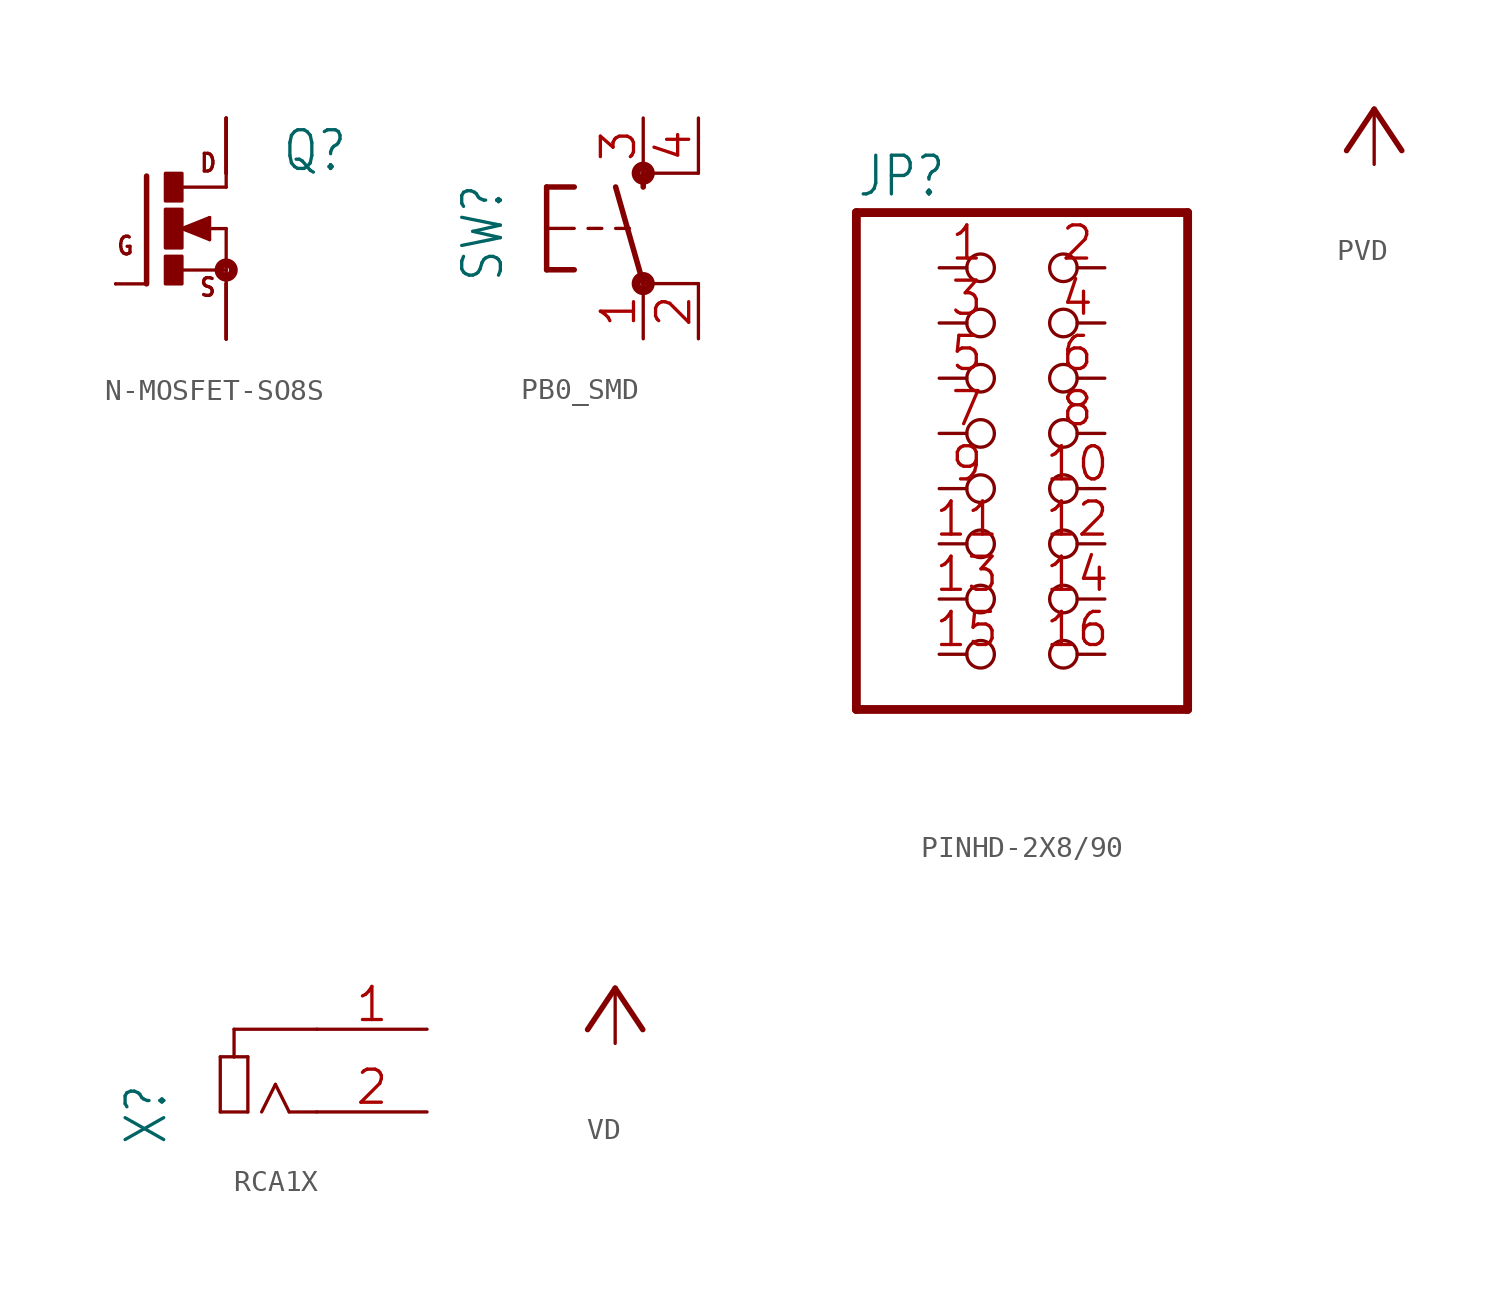
<source format=kicad_sym>
(kicad_symbol_lib
  (version 20241209)
  (generator "kicad_symbol_editor")
  (generator_version "9.0")
  (symbol "N-MOSFET-SO8S"
    (property "Reference" "Q"
      (at 5.08 2.54 0)
      (effects (font (size 1.778 1.511)) (justify left bottom)))
    (property "Value" ""
      (at 5.08 0 0)
      (effects (font (size 1.778 1.511)) (justify left bottom)))
    (property "ki_locked" ""
      (at 0 0 0)
      (effects (font (size 1.27 1.27))))
    (symbol "N-MOSFET-SO8S_1_0"
      (polyline (pts (xy -1.118 2.413) (xy -1.118 -2.54)) (stroke (width 0.254) (type solid)) (fill (type none)))
      (polyline (pts (xy -1.118 -2.54) (xy -2.54 -2.54)) (stroke (width 0.152) (type solid)) (fill (type none)))
      (rectangle (start -0.254 1.27) (end 0.508 2.54) (stroke (width 0) (type default)) (fill (type outline)))
      (rectangle (start -0.254 -0.889) (end 0.508 0.889) (stroke (width 0) (type default)) (fill (type outline)))
      (rectangle (start -0.254 -2.54) (end 0.508 -1.27) (stroke (width 0) (type default)) (fill (type outline)))
      (polyline (pts (xy 0.508 0) (xy 1.778 -0.508)) (stroke (width 0.152) (type solid)) (fill (type none)))
      (polyline (pts (xy 0.508 -1.905) (xy 2.54 -1.905)) (stroke (width 0.152) (type solid)) (fill (type none)))
      (polyline (pts (xy 0.762 0) (xy 1.651 -0.254)) (stroke (width 0.305) (type solid)) (fill (type none)))
      (polyline (pts (xy 1.651 0.254) (xy 0.762 0)) (stroke (width 0.305) (type solid)) (fill (type none)))
      (polyline (pts (xy 1.651 0) (xy 1.397 0)) (stroke (width 0.305) (type solid)) (fill (type none)))
      (polyline (pts (xy 1.651 0) (xy 2.54 0)) (stroke (width 0.152) (type solid)) (fill (type none)))
      (polyline (pts (xy 1.651 -0.254) (xy 1.651 0)) (stroke (width 0.305) (type solid)) (fill (type none)))
      (polyline (pts (xy 1.778 0.508) (xy 0.508 0)) (stroke (width 0.152) (type solid)) (fill (type none)))
      (polyline (pts (xy 1.778 -0.508) (xy 1.778 0.508)) (stroke (width 0.152) (type solid)) (fill (type none)))
      (polyline (pts (xy 2.54 2.54) (xy 2.54 1.905)) (stroke (width 0.152) (type solid)) (fill (type none)))
      (polyline (pts (xy 2.54 1.905) (xy 0.533 1.905)) (stroke (width 0.152) (type solid)) (fill (type none)))
      (polyline (pts (xy 2.54 0) (xy 2.54 -1.905)) (stroke (width 0.152) (type solid)) (fill (type none)))
      (polyline (pts (xy 2.54 -1.905) (xy 2.54 -2.54)) (stroke (width 0.152) (type solid)) (fill (type none)))
      (circle (center 2.54 -1.905) (radius 0.127) (stroke (width 0.406) (type solid)) (fill (type none)))
      (text "G" (at -2.54 -1.27 0) (effects (font (size 0.813 0.691)) (justify left bottom)))
      (text "D" (at 1.27 2.54 0) (effects (font (size 0.813 0.691)) (justify left bottom)))
      (text "S" (at 1.27 -3.175 0) (effects (font (size 0.813 0.691)) (justify left bottom)))
      (pin passive line (at -2.54 -2.54 0) (length 0) (name "G" (effects (font (size 0 0)))) (number "4" (effects (font (size 0 0)))))
      (pin passive line (at 2.54 5.08 270) (length 2.54) (name "D" (effects (font (size 0 0)))) (number "5" (effects (font (size 0 0)))))
      (pin passive line (at 2.54 5.08 270) (length 2.54) (name "D" (effects (font (size 0 0)))) (number "6" (effects (font (size 0 0)))))
      (pin passive line (at 2.54 5.08 270) (length 2.54) (name "D" (effects (font (size 0 0)))) (number "7" (effects (font (size 0 0)))))
      (pin passive line (at 2.54 5.08 270) (length 2.54) (name "D" (effects (font (size 0 0)))) (number "8" (effects (font (size 0 0)))))
      (pin passive line (at 2.54 -5.08 90) (length 2.54) (name "S" (effects (font (size 0 0)))) (number "1" (effects (font (size 0 0)))))
      (pin passive line (at 2.54 -5.08 90) (length 2.54) (name "S" (effects (font (size 0 0)))) (number "2" (effects (font (size 0 0)))))
      (pin passive line (at 2.54 -5.08 90) (length 2.54) (name "S" (effects (font (size 0 0)))) (number "3" (effects (font (size 0 0)))))))
  (symbol "PB0_SMD"
    (property "Reference" "SW"
      (at -6.35 -2.54 90)
      (effects (font (size 1.778 1.511)) (justify left bottom)))
    (property "Value" ""
      (at -3.81 3.175 90)
      (effects (font (size 1.778 1.511)) (justify left bottom)))
    (property "ki_locked" ""
      (at 0 0 0)
      (effects (font (size 1.27 1.27))))
    (symbol "PB0_SMD_1_0"
      (polyline (pts (xy -4.445 1.905) (xy -4.445 0)) (stroke (width 0.254) (type solid)) (fill (type none)))
      (polyline (pts (xy -4.445 1.905) (xy -3.175 1.905)) (stroke (width 0.254) (type solid)) (fill (type none)))
      (polyline (pts (xy -4.445 0) (xy -4.445 -1.905)) (stroke (width 0.254) (type solid)) (fill (type none)))
      (polyline (pts (xy -4.445 0) (xy -3.175 0)) (stroke (width 0.152) (type solid)) (fill (type none)))
      (polyline (pts (xy -4.445 -1.905) (xy -3.175 -1.905)) (stroke (width 0.254) (type solid)) (fill (type none)))
      (polyline (pts (xy -2.54 0) (xy -1.905 0)) (stroke (width 0.152) (type solid)) (fill (type none)))
      (polyline (pts (xy -1.27 0) (xy -0.635 0)) (stroke (width 0.152) (type solid)) (fill (type none)))
      (circle (center 0 2.54) (radius 0.127) (stroke (width 0.406) (type solid)) (fill (type none)))
      (polyline (pts (xy 0 1.905) (xy 0 2.54)) (stroke (width 0.254) (type solid)) (fill (type none)))
      (polyline (pts (xy 0 -2.54) (xy -1.27 1.905)) (stroke (width 0.254) (type solid)) (fill (type none)))
      (circle (center 0 -2.54) (radius 0.127) (stroke (width 0.406) (type solid)) (fill (type none)))
      (polyline (pts (xy 2.54 2.54) (xy 0 2.54)) (stroke (width 0.152) (type solid)) (fill (type none)))
      (polyline (pts (xy 2.54 -2.54) (xy 0 -2.54)) (stroke (width 0.152) (type solid)) (fill (type none)))
      (pin passive line (at 0 5.08 270) (length 2.54) (name "S" (effects (font (size 0 0)))) (number "3" (effects (font (size 1.524 1.524)))))
      (pin passive line (at 0 -5.08 90) (length 2.54) (name "P" (effects (font (size 0 0)))) (number "1" (effects (font (size 1.524 1.524)))))
      (pin passive line (at 2.54 5.08 270) (length 2.54) (name "S1" (effects (font (size 0 0)))) (number "4" (effects (font (size 1.524 1.524)))))
      (pin passive line (at 2.54 -5.08 90) (length 2.54) (name "P1" (effects (font (size 0 0)))) (number "2" (effects (font (size 1.524 1.524)))))))
  (symbol "PINHD-2X8/90"
    (property "Reference" "JP"
      (at -6.35 10.795 0)
      (effects (font (size 1.778 1.511)) (justify left bottom)))
    (property "Value" ""
      (at -6.35 -15.24 0)
      (effects (font (size 1.778 1.511)) (justify left bottom)))
    (property "ki_locked" ""
      (at 0 0 0)
      (effects (font (size 1.27 1.27))))
    (symbol "PINHD-2X8/90_1_0"
      (polyline (pts (xy -6.35 10.16) (xy -6.35 -12.7)) (stroke (width 0.406) (type solid)) (fill (type none)))
      (polyline (pts (xy -6.35 -12.7) (xy 8.89 -12.7)) (stroke (width 0.406) (type solid)) (fill (type none)))
      (polyline (pts (xy 8.89 10.16) (xy -6.35 10.16)) (stroke (width 0.406) (type solid)) (fill (type none)))
      (polyline (pts (xy 8.89 -12.7) (xy 8.89 10.16)) (stroke (width 0.406) (type solid)) (fill (type none)))
      (pin passive inverted (at -2.54 7.62 0) (length 2.54) (name "1" (effects (font (size 0 0)))) (number "1" (effects (font (size 1.524 1.524)))))
      (pin passive inverted (at -2.54 5.08 0) (length 2.54) (name "3" (effects (font (size 0 0)))) (number "3" (effects (font (size 1.524 1.524)))))
      (pin passive inverted (at -2.54 2.54 0) (length 2.54) (name "5" (effects (font (size 0 0)))) (number "5" (effects (font (size 1.524 1.524)))))
      (pin passive inverted (at -2.54 0 0) (length 2.54) (name "7" (effects (font (size 0 0)))) (number "7" (effects (font (size 1.524 1.524)))))
      (pin passive inverted (at -2.54 -2.54 0) (length 2.54) (name "9" (effects (font (size 0 0)))) (number "9" (effects (font (size 1.524 1.524)))))
      (pin passive inverted (at -2.54 -5.08 0) (length 2.54) (name "11" (effects (font (size 0 0)))) (number "11" (effects (font (size 1.524 1.524)))))
      (pin passive inverted (at -2.54 -7.62 0) (length 2.54) (name "13" (effects (font (size 0 0)))) (number "13" (effects (font (size 1.524 1.524)))))
      (pin passive inverted (at -2.54 -10.16 0) (length 2.54) (name "15" (effects (font (size 0 0)))) (number "15" (effects (font (size 1.524 1.524)))))
      (pin passive inverted (at 5.08 7.62 180) (length 2.54) (name "2" (effects (font (size 0 0)))) (number "2" (effects (font (size 1.524 1.524)))))
      (pin passive inverted (at 5.08 5.08 180) (length 2.54) (name "4" (effects (font (size 0 0)))) (number "4" (effects (font (size 1.524 1.524)))))
      (pin passive inverted (at 5.08 2.54 180) (length 2.54) (name "6" (effects (font (size 0 0)))) (number "6" (effects (font (size 1.524 1.524)))))
      (pin passive inverted (at 5.08 0 180) (length 2.54) (name "8" (effects (font (size 0 0)))) (number "8" (effects (font (size 1.524 1.524)))))
      (pin passive inverted (at 5.08 -2.54 180) (length 2.54) (name "10" (effects (font (size 0 0)))) (number "10" (effects (font (size 1.524 1.524)))))
      (pin passive inverted (at 5.08 -5.08 180) (length 2.54) (name "12" (effects (font (size 0 0)))) (number "12" (effects (font (size 1.524 1.524)))))
      (pin passive inverted (at 5.08 -7.62 180) (length 2.54) (name "14" (effects (font (size 0 0)))) (number "14" (effects (font (size 1.524 1.524)))))
      (pin passive inverted (at 5.08 -10.16 180) (length 2.54) (name "16" (effects (font (size 0 0)))) (number "16" (effects (font (size 1.524 1.524)))))))
  (symbol "PVD"
    (power)
    (property "Reference" "#PVD"
      (at 0 0 0)
      (effects (font (size 1.27 1.27)) (hide yes)))
    (property "Value" ""
      (at -1.905 -2.54 90)
      (effects (font (size 1.778 1.511)) (justify left bottom)))
    (property "ki_locked" ""
      (at 0 0 0)
      (effects (font (size 1.27 1.27))))
    (symbol "PVD_1_0"
      (polyline (pts (xy 0 2.54) (xy -1.27 0.635)) (stroke (width 0.254) (type solid)) (fill (type none)))
      (polyline (pts (xy 0 2.54) (xy 1.27 0.635)) (stroke (width 0.254) (type solid)) (fill (type none)))
      (pin power_in line (at 0 0 90) (length 2.54) (name "+3V3" (effects (font (size 0 0)))) (number "1" (effects (font (size 0 0)))))))
  (symbol "RCA1X"
    (property "Reference" "X"
      (at -3.016 -2.857 90)
      (effects (font (size 1.778 1.511)) (justify left bottom)))
    (property "Value" ""
      (at -1.111 -2.857 90)
      (effects (font (size 1.778 1.511)) (justify left bottom)))
    (property "ki_locked" ""
      (at 0 0 0)
      (effects (font (size 1.27 1.27))))
    (symbol "RCA1X_1_0"
      (polyline (pts (xy -0.635 1.27) (xy 0 1.27)) (stroke (width 0.152) (type solid)) (fill (type none)))
      (polyline (pts (xy -0.635 -1.27) (xy -0.635 1.27)) (stroke (width 0.152) (type solid)) (fill (type none)))
      (polyline (pts (xy 0 2.54) (xy 3.81 2.54)) (stroke (width 0.152) (type solid)) (fill (type none)))
      (polyline (pts (xy 0 1.27) (xy 0 2.54)) (stroke (width 0.152) (type solid)) (fill (type none)))
      (polyline (pts (xy 0 1.27) (xy 0.635 1.27)) (stroke (width 0.152) (type solid)) (fill (type none)))
      (polyline (pts (xy 0.635 1.27) (xy 0.635 -1.27)) (stroke (width 0.152) (type solid)) (fill (type none)))
      (polyline (pts (xy 0.635 -1.27) (xy -0.635 -1.27)) (stroke (width 0.152) (type solid)) (fill (type none)))
      (polyline (pts (xy 1.27 -1.27) (xy 1.905 0)) (stroke (width 0.152) (type solid)) (fill (type none)))
      (polyline (pts (xy 1.905 0) (xy 2.54 -1.27)) (stroke (width 0.152) (type solid)) (fill (type none)))
      (polyline (pts (xy 2.54 -1.27) (xy 3.81 -1.27)) (stroke (width 0.152) (type solid)) (fill (type none)))
      (pin bidirectional line (at 8.89 2.54 180) (length 5.08) (name "1" (effects (font (size 0 0)))) (number "1" (effects (font (size 1.524 1.524)))))
      (pin bidirectional line (at 8.89 -1.27 180) (length 5.08) (name "2" (effects (font (size 0 0)))) (number "2" (effects (font (size 1.524 1.524)))))))
  (symbol "VD"
    (power)
    (property "Reference" "#VD"
      (at 0 0 0)
      (effects (font (size 1.27 1.27)) (hide yes)))
    (property "Value" ""
      (at -1.905 -2.54 90)
      (effects (font (size 1.778 1.511)) (justify left bottom)))
    (property "ki_locked" ""
      (at 0 0 0)
      (effects (font (size 1.27 1.27))))
    (symbol "VD_1_0"
      (polyline (pts (xy 0 2.54) (xy -1.27 0.635)) (stroke (width 0.254) (type solid)) (fill (type none)))
      (polyline (pts (xy 0 2.54) (xy 1.27 0.635)) (stroke (width 0.254) (type solid)) (fill (type none)))
      (pin power_in line (at 0 0 90) (length 2.54) (name "+3V3" (effects (font (size 0 0)))) (number "1" (effects (font (size 0 0))))))))
</source>
